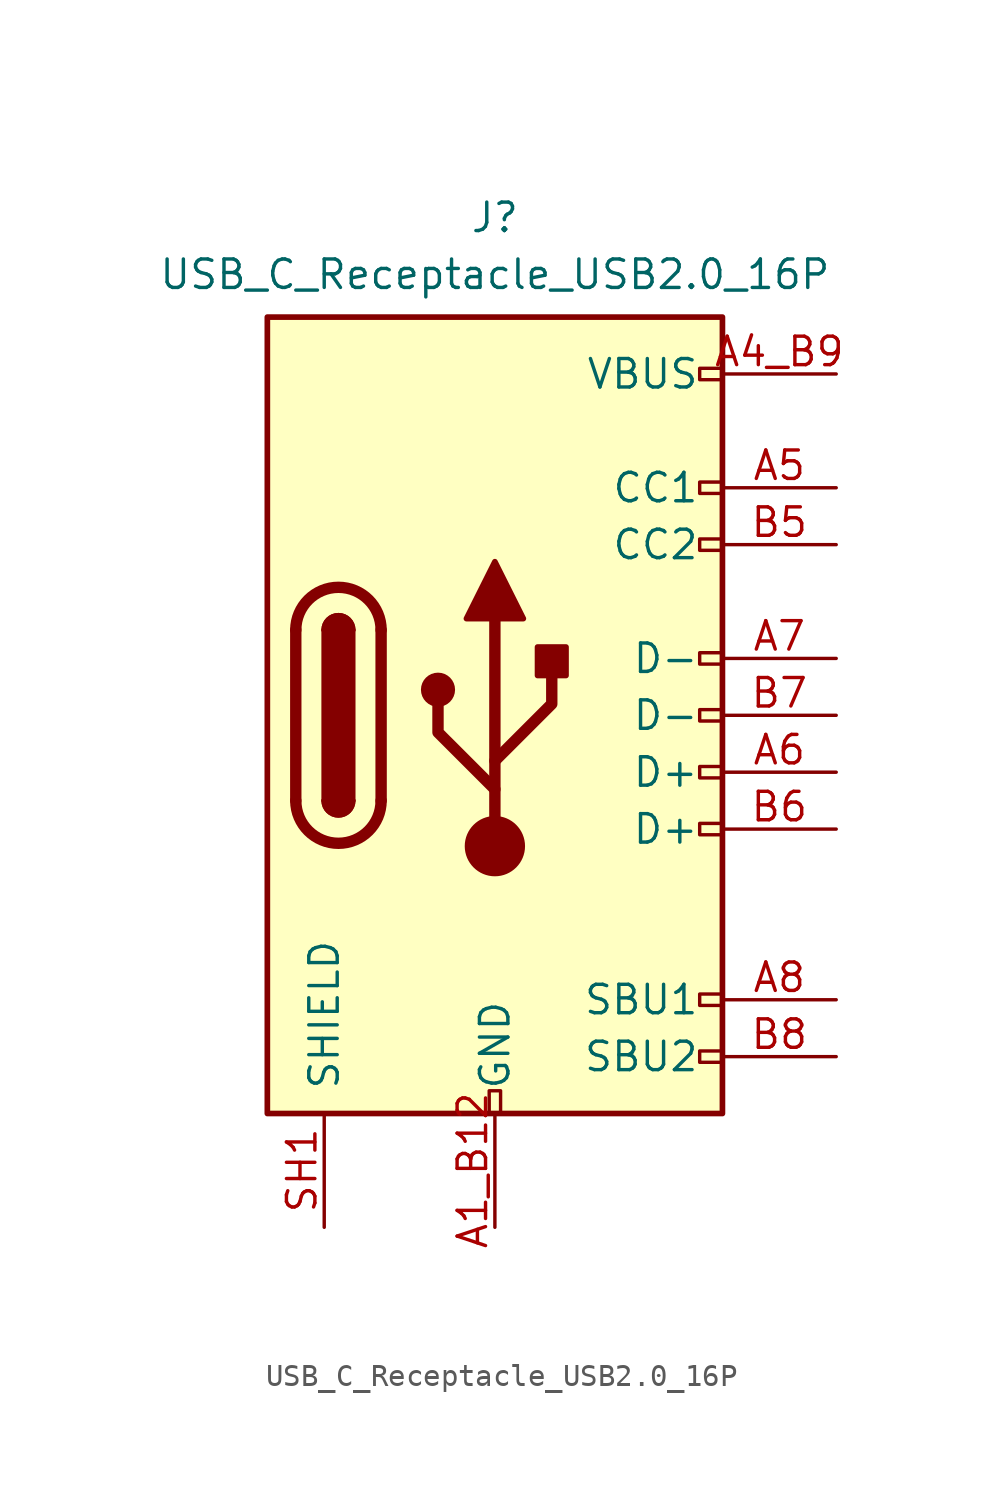
<source format=kicad_sym>
(kicad_symbol_lib
  (version 20241209)
  (generator "kicad_symbol_editor")
  (generator_version "9.0")
  (symbol "USB_C_Receptacle_USB2.0_16P"
    (pin_names
      (offset 1.016))
    (property "Reference" "J"
      (at 0 22.225 0)
      (effects (font (size 1.27 1.27))))
    (property "Value" "USB_C_Receptacle_USB2.0_16P"
      (at 0 19.685 0)
      (effects (font (size 1.27 1.27))))
    (symbol "USB_C_Receptacle_USB2.0_16P_0_0"
      (rectangle (start -0.254 -17.78) (end 0.254 -16.764) (stroke (width 0) (type default)) (fill (type none)))
      (rectangle (start 10.16 15.494) (end 9.144 14.986) (stroke (width 0) (type default)) (fill (type none)))
      (rectangle (start 10.16 10.414) (end 9.144 9.906) (stroke (width 0) (type default)) (fill (type none)))
      (rectangle (start 10.16 7.874) (end 9.144 7.366) (stroke (width 0) (type default)) (fill (type none)))
      (rectangle (start 10.16 2.794) (end 9.144 2.286) (stroke (width 0) (type default)) (fill (type none)))
      (rectangle (start 10.16 0.254) (end 9.144 -0.254) (stroke (width 0) (type default)) (fill (type none)))
      (rectangle (start 10.16 -2.286) (end 9.144 -2.794) (stroke (width 0) (type default)) (fill (type none)))
      (rectangle (start 10.16 -4.826) (end 9.144 -5.334) (stroke (width 0) (type default)) (fill (type none)))
      (rectangle (start 10.16 -12.446) (end 9.144 -12.954) (stroke (width 0) (type default)) (fill (type none)))
      (rectangle (start 10.16 -14.986) (end 9.144 -15.494) (stroke (width 0) (type default)) (fill (type none))))
    (symbol "USB_C_Receptacle_USB2.0_16P_0_1"
      (rectangle (start -10.16 17.78) (end 10.16 -17.78) (stroke (width 0.254) (type default)) (fill (type background)))
      (polyline (pts (xy -8.89 -3.81) (xy -8.89 3.81)) (stroke (width 0.508) (type default)) (fill (type none)))
      (rectangle (start -7.62 -3.81) (end -6.35 3.81) (stroke (width 0.254) (type default)) (fill (type outline)))
      (arc (start -7.62 3.81) (mid -6.985 4.4423) (end -6.35 3.81) (stroke (width 0.254) (type default)) (fill (type none)))
      (arc (start -7.62 3.81) (mid -6.985 4.4423) (end -6.35 3.81) (stroke (width 0.254) (type default)) (fill (type outline)))
      (arc (start -8.89 3.81) (mid -6.985 5.7067) (end -5.08 3.81) (stroke (width 0.508) (type default)) (fill (type none)))
      (arc (start -5.08 -3.81) (mid -6.985 -5.7067) (end -8.89 -3.81) (stroke (width 0.508) (type default)) (fill (type none)))
      (arc (start -6.35 -3.81) (mid -6.985 -4.4423) (end -7.62 -3.81) (stroke (width 0.254) (type default)) (fill (type none)))
      (arc (start -6.35 -3.81) (mid -6.985 -4.4423) (end -7.62 -3.81) (stroke (width 0.254) (type default)) (fill (type outline)))
      (polyline (pts (xy -5.08 3.81) (xy -5.08 -3.81)) (stroke (width 0.508) (type default)) (fill (type none)))
      (circle (center -2.54 1.143) (radius 0.635) (stroke (width 0.254) (type default)) (fill (type outline)))
      (polyline (pts (xy -1.27 4.318) (xy 0 6.858) (xy 1.27 4.318) (xy -1.27 4.318)) (stroke (width 0.254) (type default)) (fill (type outline)))
      (polyline (pts (xy 0 -2.032) (xy 2.54 0.508) (xy 2.54 1.778)) (stroke (width 0.508) (type default)) (fill (type none)))
      (polyline (pts (xy 0 -3.302) (xy -2.54 -0.762) (xy -2.54 0.508)) (stroke (width 0.508) (type default)) (fill (type none)))
      (polyline (pts (xy 0 -5.842) (xy 0 4.318)) (stroke (width 0.508) (type default)) (fill (type none)))
      (circle (center 0 -5.842) (radius 1.27) (stroke (width 0) (type default)) (fill (type outline)))
      (rectangle (start 1.905 1.778) (end 3.175 3.048) (stroke (width 0.254) (type default)) (fill (type outline))))
    (symbol "USB_C_Receptacle_USB2.0_16P_1_1"
      (pin passive line (at -7.62 -22.86 90) (length 5.08) (name "SHIELD" (effects (font (size 1.27 1.27)))) (number "SH1" (effects (font (size 1.27 1.27)))))
      (pin passive line (at -7.62 -22.86 90) (length 5.08) (hide yes) (name "SHIELD" (effects (font (size 1.27 1.27)))) (number "SH2" (effects (font (size 1.27 1.27)))))
      (pin passive line (at -7.62 -22.86 90) (length 5.08) (hide yes) (name "SHIELD" (effects (font (size 1.27 1.27)))) (number "SH3" (effects (font (size 1.27 1.27)))))
      (pin passive line (at -7.62 -22.86 90) (length 5.08) (hide yes) (name "SHIELD" (effects (font (size 1.27 1.27)))) (number "SH4" (effects (font (size 1.27 1.27)))))
      (pin passive line (at 0 -22.86 90) (length 5.08) (name "GND" (effects (font (size 1.27 1.27)))) (number "A1_B12" (effects (font (size 1.27 1.27)))))
      (pin passive line (at 0 -22.86 90) (length 5.08) (hide yes) (name "GND" (effects (font (size 1.27 1.27)))) (number "B1_A12" (effects (font (size 1.27 1.27)))))
      (pin passive line (at 15.24 15.24 180) (length 5.08) (name "VBUS" (effects (font (size 1.27 1.27)))) (number "A4_B9" (effects (font (size 1.27 1.27)))))
      (pin passive line (at 15.24 15.24 180) (length 5.08) (hide yes) (name "VBUS" (effects (font (size 1.27 1.27)))) (number "B4_A9" (effects (font (size 1.27 1.27)))))
      (pin bidirectional line (at 15.24 10.16 180) (length 5.08) (name "CC1" (effects (font (size 1.27 1.27)))) (number "A5" (effects (font (size 1.27 1.27)))))
      (pin bidirectional line (at 15.24 7.62 180) (length 5.08) (name "CC2" (effects (font (size 1.27 1.27)))) (number "B5" (effects (font (size 1.27 1.27)))))
      (pin bidirectional line (at 15.24 2.54 180) (length 5.08) (name "D-" (effects (font (size 1.27 1.27)))) (number "A7" (effects (font (size 1.27 1.27)))))
      (pin bidirectional line (at 15.24 0 180) (length 5.08) (name "D-" (effects (font (size 1.27 1.27)))) (number "B7" (effects (font (size 1.27 1.27)))))
      (pin bidirectional line (at 15.24 -2.54 180) (length 5.08) (name "D+" (effects (font (size 1.27 1.27)))) (number "A6" (effects (font (size 1.27 1.27)))))
      (pin bidirectional line (at 15.24 -5.08 180) (length 5.08) (name "D+" (effects (font (size 1.27 1.27)))) (number "B6" (effects (font (size 1.27 1.27)))))
      (pin bidirectional line (at 15.24 -12.7 180) (length 5.08) (name "SBU1" (effects (font (size 1.27 1.27)))) (number "A8" (effects (font (size 1.27 1.27)))))
      (pin bidirectional line (at 15.24 -15.24 180) (length 5.08) (name "SBU2" (effects (font (size 1.27 1.27)))) (number "B8" (effects (font (size 1.27 1.27))))))))
</source>
